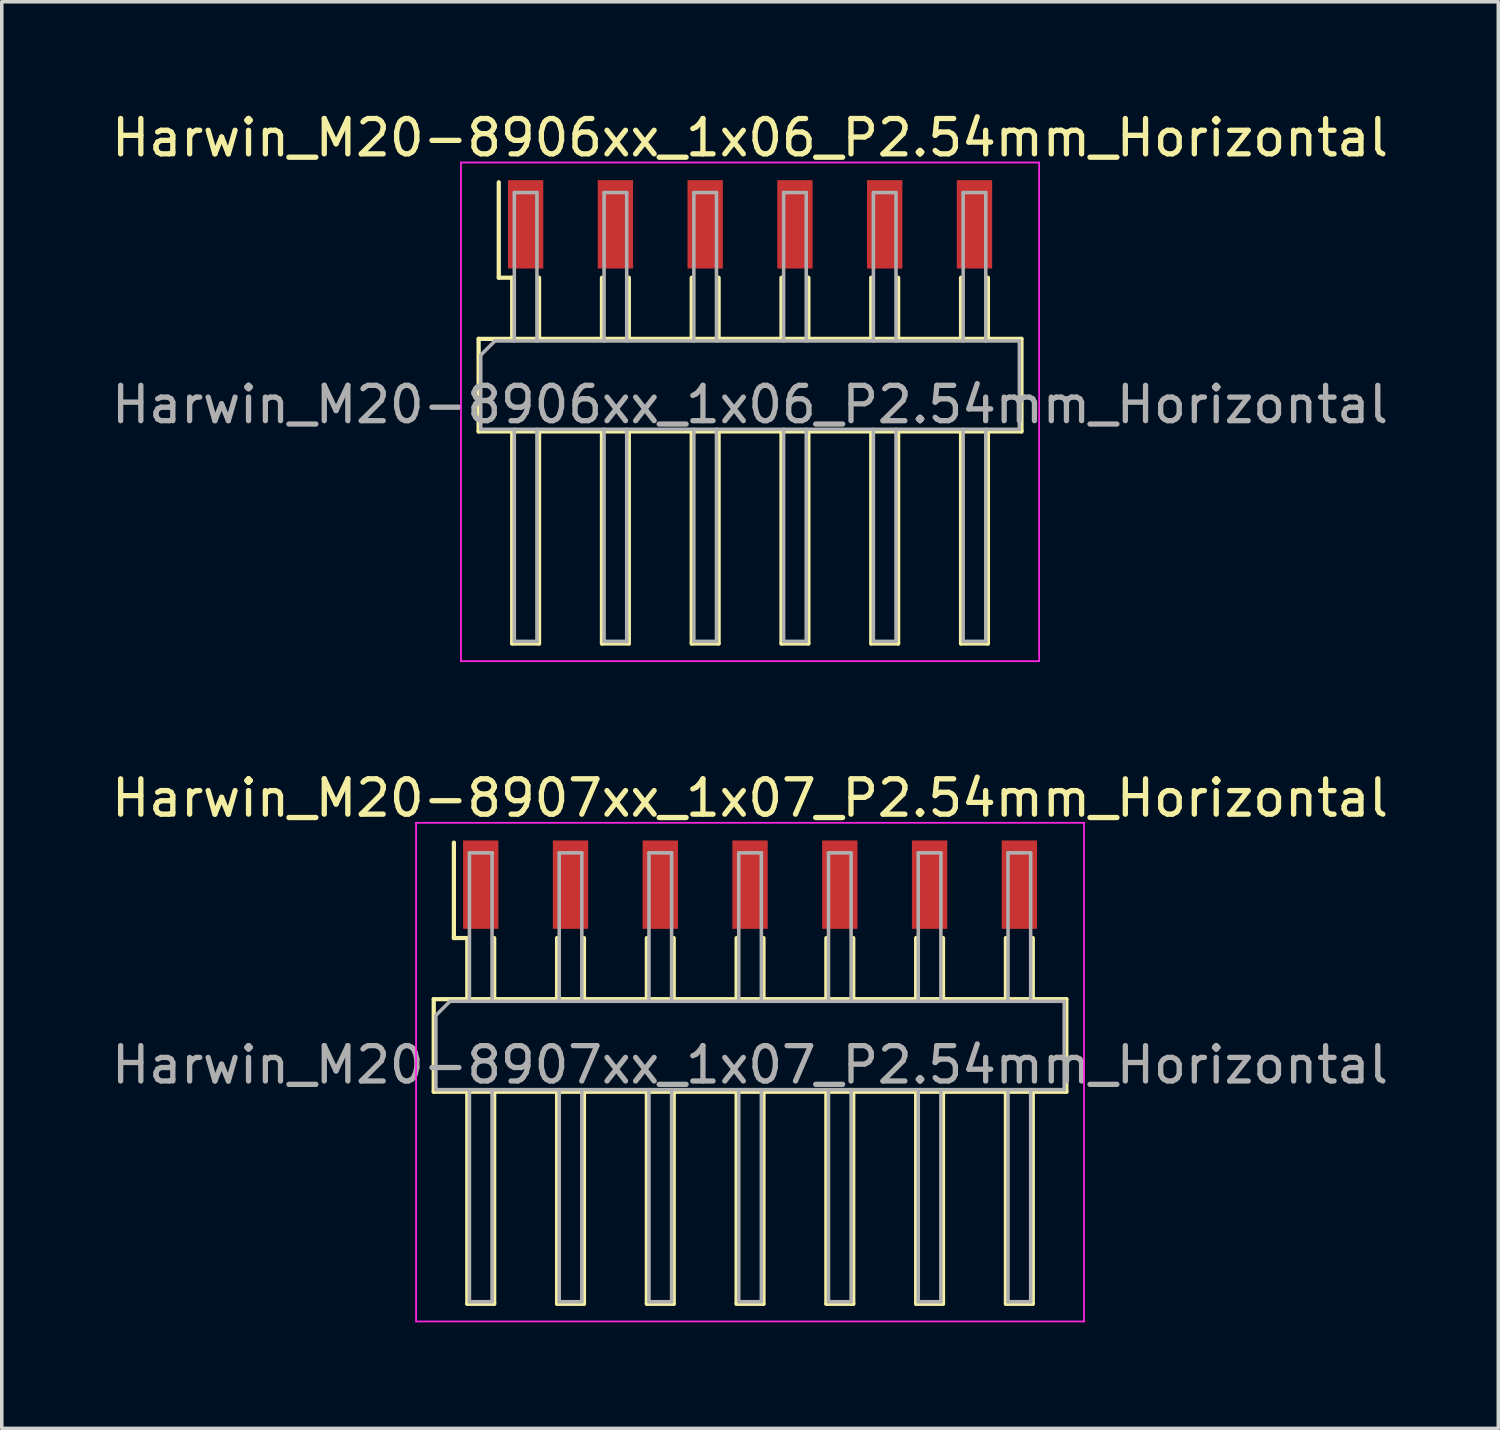
<source format=kicad_pcb>
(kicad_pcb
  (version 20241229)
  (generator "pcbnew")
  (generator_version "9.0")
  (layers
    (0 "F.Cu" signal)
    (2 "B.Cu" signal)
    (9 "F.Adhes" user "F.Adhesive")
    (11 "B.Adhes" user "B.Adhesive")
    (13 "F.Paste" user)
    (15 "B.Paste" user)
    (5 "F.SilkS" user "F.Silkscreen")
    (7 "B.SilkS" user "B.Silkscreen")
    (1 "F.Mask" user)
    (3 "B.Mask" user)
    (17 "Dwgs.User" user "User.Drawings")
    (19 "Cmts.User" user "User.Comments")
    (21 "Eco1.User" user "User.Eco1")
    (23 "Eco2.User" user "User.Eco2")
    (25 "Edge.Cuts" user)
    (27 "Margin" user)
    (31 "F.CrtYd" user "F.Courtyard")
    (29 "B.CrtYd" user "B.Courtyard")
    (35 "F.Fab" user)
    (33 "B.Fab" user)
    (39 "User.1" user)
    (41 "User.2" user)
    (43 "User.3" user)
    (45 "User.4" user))
  (footprint "Harwin_M20-8906xx_1x06_P2.54mm_Horizontal"
    (layer "F.Cu")
    (at 18.173 3.298)
    (property "Reference" "Harwin_M20-8906xx_1x06_P2.54mm_Horizontal" (at 0 -2.45 0) (layer "F.SilkS") (effects (font (size 1 1) (thickness 0.15))))
    (attr smd)
    (fp_line (start -7.68 3.24) (end -7.68 5.86) (stroke (width 0.12) (type solid)) (layer "F.SilkS"))
    (fp_line (start -7.68 5.86) (end 7.68 5.86) (stroke (width 0.12) (type solid)) (layer "F.SilkS"))
    (fp_line (start -7.11 1.51) (end -7.11 -1.19) (stroke (width 0.12) (type solid)) (layer "F.SilkS"))
    (fp_line (start -6.73 1.51) (end -7.11 1.51) (stroke (width 0.12) (type solid)) (layer "F.SilkS"))
    (fp_line (start -6.73 1.51) (end -6.73 3.24) (stroke (width 0.12) (type solid)) (layer "F.SilkS"))
    (fp_line (start -6.73 5.86) (end -6.73 11.86) (stroke (width 0.12) (type solid)) (layer "F.SilkS"))
    (fp_line (start -6.73 11.86) (end -5.97 11.86) (stroke (width 0.12) (type solid)) (layer "F.SilkS"))
    (fp_line (start -5.97 1.51) (end -5.97 3.24) (stroke (width 0.12) (type solid)) (layer "F.SilkS"))
    (fp_line (start -5.97 11.86) (end -5.97 5.86) (stroke (width 0.12) (type solid)) (layer "F.SilkS"))
    (fp_line (start -4.19 1.51) (end -4.19 3.24) (stroke (width 0.12) (type solid)) (layer "F.SilkS"))
    (fp_line (start -4.19 5.86) (end -4.19 11.86) (stroke (width 0.12) (type solid)) (layer "F.SilkS"))
    (fp_line (start -4.19 11.86) (end -3.43 11.86) (stroke (width 0.12) (type solid)) (layer "F.SilkS"))
    (fp_line (start -3.43 1.51) (end -3.43 3.24) (stroke (width 0.12) (type solid)) (layer "F.SilkS"))
    (fp_line (start -3.43 11.86) (end -3.43 5.86) (stroke (width 0.12) (type solid)) (layer "F.SilkS"))
    (fp_line (start -1.65 1.51) (end -1.65 3.24) (stroke (width 0.12) (type solid)) (layer "F.SilkS"))
    (fp_line (start -1.65 5.86) (end -1.65 11.86) (stroke (width 0.12) (type solid)) (layer "F.SilkS"))
    (fp_line (start -1.65 11.86) (end -0.89 11.86) (stroke (width 0.12) (type solid)) (layer "F.SilkS"))
    (fp_line (start -0.89 1.51) (end -0.89 3.24) (stroke (width 0.12) (type solid)) (layer "F.SilkS"))
    (fp_line (start -0.89 11.86) (end -0.89 5.86) (stroke (width 0.12) (type solid)) (layer "F.SilkS"))
    (fp_line (start 0.89 1.51) (end 0.89 3.24) (stroke (width 0.12) (type solid)) (layer "F.SilkS"))
    (fp_line (start 0.89 5.86) (end 0.89 11.86) (stroke (width 0.12) (type solid)) (layer "F.SilkS"))
    (fp_line (start 0.89 11.86) (end 1.65 11.86) (stroke (width 0.12) (type solid)) (layer "F.SilkS"))
    (fp_line (start 1.65 1.51) (end 1.65 3.24) (stroke (width 0.12) (type solid)) (layer "F.SilkS"))
    (fp_line (start 1.65 11.86) (end 1.65 5.86) (stroke (width 0.12) (type solid)) (layer "F.SilkS"))
    (fp_line (start 3.43 1.51) (end 3.43 3.24) (stroke (width 0.12) (type solid)) (layer "F.SilkS"))
    (fp_line (start 3.43 5.86) (end 3.43 11.86) (stroke (width 0.12) (type solid)) (layer "F.SilkS"))
    (fp_line (start 3.43 11.86) (end 4.19 11.86) (stroke (width 0.12) (type solid)) (layer "F.SilkS"))
    (fp_line (start 4.19 1.51) (end 4.19 3.24) (stroke (width 0.12) (type solid)) (layer "F.SilkS"))
    (fp_line (start 4.19 11.86) (end 4.19 5.86) (stroke (width 0.12) (type solid)) (layer "F.SilkS"))
    (fp_line (start 5.97 1.51) (end 5.97 3.24) (stroke (width 0.12) (type solid)) (layer "F.SilkS"))
    (fp_line (start 5.97 5.86) (end 5.97 11.86) (stroke (width 0.12) (type solid)) (layer "F.SilkS"))
    (fp_line (start 5.97 11.86) (end 6.73 11.86) (stroke (width 0.12) (type solid)) (layer "F.SilkS"))
    (fp_line (start 6.73 1.51) (end 6.73 3.24) (stroke (width 0.12) (type solid)) (layer "F.SilkS"))
    (fp_line (start 6.73 11.86) (end 6.73 5.86) (stroke (width 0.12) (type solid)) (layer "F.SilkS"))
    (fp_line (start 7.68 3.24) (end -7.68 3.24) (stroke (width 0.12) (type solid)) (layer "F.SilkS"))
    (fp_line (start 7.68 5.86) (end 7.68 3.24) (stroke (width 0.12) (type solid)) (layer "F.SilkS"))
    (fp_line (start -8.18 -1.75) (end 8.18 -1.75) (stroke (width 0.05) (type solid)) (layer "F.CrtYd"))
    (fp_line (start -8.18 12.36) (end -8.18 -1.75) (stroke (width 0.05) (type solid)) (layer "F.CrtYd"))
    (fp_line (start 8.18 -1.75) (end 8.18 12.36) (stroke (width 0.05) (type solid)) (layer "F.CrtYd"))
    (fp_line (start 8.18 12.36) (end -8.18 12.36) (stroke (width 0.05) (type solid)) (layer "F.CrtYd"))
    (fp_line (start -7.62 3.7) (end -7.62 5.8) (stroke (width 0.1) (type solid)) (layer "F.Fab"))
    (fp_line (start -7.62 5.8) (end 7.62 5.8) (stroke (width 0.1) (type solid)) (layer "F.Fab"))
    (fp_line (start -7.22 3.3) (end -7.62 3.7) (stroke (width 0.1) (type solid)) (layer "F.Fab"))
    (fp_line (start -6.67 -0.9) (end -6.03 -0.9) (stroke (width 0.1) (type solid)) (layer "F.Fab"))
    (fp_line (start -6.67 3.3) (end -6.67 -0.9) (stroke (width 0.1) (type solid)) (layer "F.Fab"))
    (fp_line (start -6.67 5.8) (end -6.67 11.8) (stroke (width 0.1) (type solid)) (layer "F.Fab"))
    (fp_line (start -6.67 11.8) (end -6.03 11.8) (stroke (width 0.1) (type solid)) (layer "F.Fab"))
    (fp_line (start -6.03 -0.9) (end -6.03 3.3) (stroke (width 0.1) (type solid)) (layer "F.Fab"))
    (fp_line (start -6.03 11.8) (end -6.03 5.8) (stroke (width 0.1) (type solid)) (layer "F.Fab"))
    (fp_line (start -4.13 -0.9) (end -3.49 -0.9) (stroke (width 0.1) (type solid)) (layer "F.Fab"))
    (fp_line (start -4.13 3.3) (end -4.13 -0.9) (stroke (width 0.1) (type solid)) (layer "F.Fab"))
    (fp_line (start -4.13 5.8) (end -4.13 11.8) (stroke (width 0.1) (type solid)) (layer "F.Fab"))
    (fp_line (start -4.13 11.8) (end -3.49 11.8) (stroke (width 0.1) (type solid)) (layer "F.Fab"))
    (fp_line (start -3.49 -0.9) (end -3.49 3.3) (stroke (width 0.1) (type solid)) (layer "F.Fab"))
    (fp_line (start -3.49 11.8) (end -3.49 5.8) (stroke (width 0.1) (type solid)) (layer "F.Fab"))
    (fp_line (start -1.59 -0.9) (end -0.95 -0.9) (stroke (width 0.1) (type solid)) (layer "F.Fab"))
    (fp_line (start -1.59 3.3) (end -1.59 -0.9) (stroke (width 0.1) (type solid)) (layer "F.Fab"))
    (fp_line (start -1.59 5.8) (end -1.59 11.8) (stroke (width 0.1) (type solid)) (layer "F.Fab"))
    (fp_line (start -1.59 11.8) (end -0.95 11.8) (stroke (width 0.1) (type solid)) (layer "F.Fab"))
    (fp_line (start -0.95 -0.9) (end -0.95 3.3) (stroke (width 0.1) (type solid)) (layer "F.Fab"))
    (fp_line (start -0.95 11.8) (end -0.95 5.8) (stroke (width 0.1) (type solid)) (layer "F.Fab"))
    (fp_line (start 0.95 -0.9) (end 1.59 -0.9) (stroke (width 0.1) (type solid)) (layer "F.Fab"))
    (fp_line (start 0.95 3.3) (end 0.95 -0.9) (stroke (width 0.1) (type solid)) (layer "F.Fab"))
    (fp_line (start 0.95 5.8) (end 0.95 11.8) (stroke (width 0.1) (type solid)) (layer "F.Fab"))
    (fp_line (start 0.95 11.8) (end 1.59 11.8) (stroke (width 0.1) (type solid)) (layer "F.Fab"))
    (fp_line (start 1.59 -0.9) (end 1.59 3.3) (stroke (width 0.1) (type solid)) (layer "F.Fab"))
    (fp_line (start 1.59 11.8) (end 1.59 5.8) (stroke (width 0.1) (type solid)) (layer "F.Fab"))
    (fp_line (start 3.49 -0.9) (end 4.13 -0.9) (stroke (width 0.1) (type solid)) (layer "F.Fab"))
    (fp_line (start 3.49 3.3) (end 3.49 -0.9) (stroke (width 0.1) (type solid)) (layer "F.Fab"))
    (fp_line (start 3.49 5.8) (end 3.49 11.8) (stroke (width 0.1) (type solid)) (layer "F.Fab"))
    (fp_line (start 3.49 11.8) (end 4.13 11.8) (stroke (width 0.1) (type solid)) (layer "F.Fab"))
    (fp_line (start 4.13 -0.9) (end 4.13 3.3) (stroke (width 0.1) (type solid)) (layer "F.Fab"))
    (fp_line (start 4.13 11.8) (end 4.13 5.8) (stroke (width 0.1) (type solid)) (layer "F.Fab"))
    (fp_line (start 6.03 -0.9) (end 6.67 -0.9) (stroke (width 0.1) (type solid)) (layer "F.Fab"))
    (fp_line (start 6.03 3.3) (end 6.03 -0.9) (stroke (width 0.1) (type solid)) (layer "F.Fab"))
    (fp_line (start 6.03 5.8) (end 6.03 11.8) (stroke (width 0.1) (type solid)) (layer "F.Fab"))
    (fp_line (start 6.03 11.8) (end 6.67 11.8) (stroke (width 0.1) (type solid)) (layer "F.Fab"))
    (fp_line (start 6.67 -0.9) (end 6.67 3.3) (stroke (width 0.1) (type solid)) (layer "F.Fab"))
    (fp_line (start 6.67 11.8) (end 6.67 5.8) (stroke (width 0.1) (type solid)) (layer "F.Fab"))
    (fp_line (start 7.62 3.3) (end -7.22 3.3) (stroke (width 0.1) (type solid)) (layer "F.Fab"))
    (fp_line (start 7.62 5.8) (end 7.62 3.3) (stroke (width 0.1) (type solid)) (layer "F.Fab"))
    (fp_text user "${REFERENCE}" (at 0 5.1 0) (layer "F.Fab") (effects (font (size 1 1) (thickness 0.15))))
    (pad "1" smd rect (at -6.35 0) (size 1 2.5) (layers "F.Cu" "F.Mask" "F.Paste"))
    (pad "2" smd rect (at -3.81 0) (size 1 2.5) (layers "F.Cu" "F.Mask" "F.Paste"))
    (pad "3" smd rect (at -1.27 0) (size 1 2.5) (layers "F.Cu" "F.Mask" "F.Paste"))
    (pad "4" smd rect (at 1.27 0) (size 1 2.5) (layers "F.Cu" "F.Mask" "F.Paste"))
    (pad "5" smd rect (at 3.81 0) (size 1 2.5) (layers "F.Cu" "F.Mask" "F.Paste"))
    (pad "6" smd rect (at 6.35 0) (size 1 2.5) (layers "F.Cu" "F.Mask" "F.Paste")))
  (footprint "Harwin_M20-8907xx_1x07_P2.54mm_Horizontal"
    (layer "F.Cu")
    (at 10.553 21.982)
    (property "Reference" "Harwin_M20-8907xx_1x07_P2.54mm_Horizontal" (at 7.62 -2.45 0) (layer "F.SilkS") (effects (font (size 1 1) (thickness 0.15))))
    (attr smd)
    (fp_line (start -1.33 3.24) (end -1.33 5.86) (stroke (width 0.12) (type solid)) (layer "F.SilkS"))
    (fp_line (start -1.33 5.86) (end 16.57 5.86) (stroke (width 0.12) (type solid)) (layer "F.SilkS"))
    (fp_line (start -0.76 1.51) (end -0.76 -1.19) (stroke (width 0.12) (type solid)) (layer "F.SilkS"))
    (fp_line (start -0.38 1.51) (end -0.76 1.51) (stroke (width 0.12) (type solid)) (layer "F.SilkS"))
    (fp_line (start -0.38 1.51) (end -0.38 3.24) (stroke (width 0.12) (type solid)) (layer "F.SilkS"))
    (fp_line (start -0.38 5.86) (end -0.38 11.86) (stroke (width 0.12) (type solid)) (layer "F.SilkS"))
    (fp_line (start -0.38 11.86) (end 0.38 11.86) (stroke (width 0.12) (type solid)) (layer "F.SilkS"))
    (fp_line (start 0.38 1.51) (end 0.38 3.24) (stroke (width 0.12) (type solid)) (layer "F.SilkS"))
    (fp_line (start 0.38 11.86) (end 0.38 5.86) (stroke (width 0.12) (type solid)) (layer "F.SilkS"))
    (fp_line (start 2.16 1.51) (end 2.16 3.24) (stroke (width 0.12) (type solid)) (layer "F.SilkS"))
    (fp_line (start 2.16 5.86) (end 2.16 11.86) (stroke (width 0.12) (type solid)) (layer "F.SilkS"))
    (fp_line (start 2.16 11.86) (end 2.92 11.86) (stroke (width 0.12) (type solid)) (layer "F.SilkS"))
    (fp_line (start 2.92 1.51) (end 2.92 3.24) (stroke (width 0.12) (type solid)) (layer "F.SilkS"))
    (fp_line (start 2.92 11.86) (end 2.92 5.86) (stroke (width 0.12) (type solid)) (layer "F.SilkS"))
    (fp_line (start 4.7 1.51) (end 4.7 3.24) (stroke (width 0.12) (type solid)) (layer "F.SilkS"))
    (fp_line (start 4.7 5.86) (end 4.7 11.86) (stroke (width 0.12) (type solid)) (layer "F.SilkS"))
    (fp_line (start 4.7 11.86) (end 5.46 11.86) (stroke (width 0.12) (type solid)) (layer "F.SilkS"))
    (fp_line (start 5.46 1.51) (end 5.46 3.24) (stroke (width 0.12) (type solid)) (layer "F.SilkS"))
    (fp_line (start 5.46 11.86) (end 5.46 5.86) (stroke (width 0.12) (type solid)) (layer "F.SilkS"))
    (fp_line (start 7.24 1.51) (end 7.24 3.24) (stroke (width 0.12) (type solid)) (layer "F.SilkS"))
    (fp_line (start 7.24 5.86) (end 7.24 11.86) (stroke (width 0.12) (type solid)) (layer "F.SilkS"))
    (fp_line (start 7.24 11.86) (end 8 11.86) (stroke (width 0.12) (type solid)) (layer "F.SilkS"))
    (fp_line (start 8 1.51) (end 8 3.24) (stroke (width 0.12) (type solid)) (layer "F.SilkS"))
    (fp_line (start 8 11.86) (end 8 5.86) (stroke (width 0.12) (type solid)) (layer "F.SilkS"))
    (fp_line (start 9.78 1.51) (end 9.78 3.24) (stroke (width 0.12) (type solid)) (layer "F.SilkS"))
    (fp_line (start 9.78 5.86) (end 9.78 11.86) (stroke (width 0.12) (type solid)) (layer "F.SilkS"))
    (fp_line (start 9.78 11.86) (end 10.54 11.86) (stroke (width 0.12) (type solid)) (layer "F.SilkS"))
    (fp_line (start 10.54 1.51) (end 10.54 3.24) (stroke (width 0.12) (type solid)) (layer "F.SilkS"))
    (fp_line (start 10.54 11.86) (end 10.54 5.86) (stroke (width 0.12) (type solid)) (layer "F.SilkS"))
    (fp_line (start 12.32 1.51) (end 12.32 3.24) (stroke (width 0.12) (type solid)) (layer "F.SilkS"))
    (fp_line (start 12.32 5.86) (end 12.32 11.86) (stroke (width 0.12) (type solid)) (layer "F.SilkS"))
    (fp_line (start 12.32 11.86) (end 13.08 11.86) (stroke (width 0.12) (type solid)) (layer "F.SilkS"))
    (fp_line (start 13.08 1.51) (end 13.08 3.24) (stroke (width 0.12) (type solid)) (layer "F.SilkS"))
    (fp_line (start 13.08 11.86) (end 13.08 5.86) (stroke (width 0.12) (type solid)) (layer "F.SilkS"))
    (fp_line (start 14.86 1.51) (end 14.86 3.24) (stroke (width 0.12) (type solid)) (layer "F.SilkS"))
    (fp_line (start 14.86 5.86) (end 14.86 11.86) (stroke (width 0.12) (type solid)) (layer "F.SilkS"))
    (fp_line (start 14.86 11.86) (end 15.62 11.86) (stroke (width 0.12) (type solid)) (layer "F.SilkS"))
    (fp_line (start 15.62 1.51) (end 15.62 3.24) (stroke (width 0.12) (type solid)) (layer "F.SilkS"))
    (fp_line (start 15.62 11.86) (end 15.62 5.86) (stroke (width 0.12) (type solid)) (layer "F.SilkS"))
    (fp_line (start 16.57 3.24) (end -1.33 3.24) (stroke (width 0.12) (type solid)) (layer "F.SilkS"))
    (fp_line (start 16.57 5.86) (end 16.57 3.24) (stroke (width 0.12) (type solid)) (layer "F.SilkS"))
    (fp_line (start -1.83 -1.75) (end 17.07 -1.75) (stroke (width 0.05) (type solid)) (layer "F.CrtYd"))
    (fp_line (start -1.83 12.36) (end -1.83 -1.75) (stroke (width 0.05) (type solid)) (layer "F.CrtYd"))
    (fp_line (start 17.07 -1.75) (end 17.07 12.36) (stroke (width 0.05) (type solid)) (layer "F.CrtYd"))
    (fp_line (start 17.07 12.36) (end -1.83 12.36) (stroke (width 0.05) (type solid)) (layer "F.CrtYd"))
    (fp_line (start -1.27 3.7) (end -1.27 5.8) (stroke (width 0.1) (type solid)) (layer "F.Fab"))
    (fp_line (start -1.27 5.8) (end 16.51 5.8) (stroke (width 0.1) (type solid)) (layer "F.Fab"))
    (fp_line (start -0.87 3.3) (end -1.27 3.7) (stroke (width 0.1) (type solid)) (layer "F.Fab"))
    (fp_line (start -0.32 -0.9) (end 0.32 -0.9) (stroke (width 0.1) (type solid)) (layer "F.Fab"))
    (fp_line (start -0.32 3.3) (end -0.32 -0.9) (stroke (width 0.1) (type solid)) (layer "F.Fab"))
    (fp_line (start -0.32 5.8) (end -0.32 11.8) (stroke (width 0.1) (type solid)) (layer "F.Fab"))
    (fp_line (start -0.32 11.8) (end 0.32 11.8) (stroke (width 0.1) (type solid)) (layer "F.Fab"))
    (fp_line (start 0.32 -0.9) (end 0.32 3.3) (stroke (width 0.1) (type solid)) (layer "F.Fab"))
    (fp_line (start 0.32 11.8) (end 0.32 5.8) (stroke (width 0.1) (type solid)) (layer "F.Fab"))
    (fp_line (start 2.22 -0.9) (end 2.86 -0.9) (stroke (width 0.1) (type solid)) (layer "F.Fab"))
    (fp_line (start 2.22 3.3) (end 2.22 -0.9) (stroke (width 0.1) (type solid)) (layer "F.Fab"))
    (fp_line (start 2.22 5.8) (end 2.22 11.8) (stroke (width 0.1) (type solid)) (layer "F.Fab"))
    (fp_line (start 2.22 11.8) (end 2.86 11.8) (stroke (width 0.1) (type solid)) (layer "F.Fab"))
    (fp_line (start 2.86 -0.9) (end 2.86 3.3) (stroke (width 0.1) (type solid)) (layer "F.Fab"))
    (fp_line (start 2.86 11.8) (end 2.86 5.8) (stroke (width 0.1) (type solid)) (layer "F.Fab"))
    (fp_line (start 4.76 -0.9) (end 5.4 -0.9) (stroke (width 0.1) (type solid)) (layer "F.Fab"))
    (fp_line (start 4.76 3.3) (end 4.76 -0.9) (stroke (width 0.1) (type solid)) (layer "F.Fab"))
    (fp_line (start 4.76 5.8) (end 4.76 11.8) (stroke (width 0.1) (type solid)) (layer "F.Fab"))
    (fp_line (start 4.76 11.8) (end 5.4 11.8) (stroke (width 0.1) (type solid)) (layer "F.Fab"))
    (fp_line (start 5.4 -0.9) (end 5.4 3.3) (stroke (width 0.1) (type solid)) (layer "F.Fab"))
    (fp_line (start 5.4 11.8) (end 5.4 5.8) (stroke (width 0.1) (type solid)) (layer "F.Fab"))
    (fp_line (start 7.3 -0.9) (end 7.94 -0.9) (stroke (width 0.1) (type solid)) (layer "F.Fab"))
    (fp_line (start 7.3 3.3) (end 7.3 -0.9) (stroke (width 0.1) (type solid)) (layer "F.Fab"))
    (fp_line (start 7.3 5.8) (end 7.3 11.8) (stroke (width 0.1) (type solid)) (layer "F.Fab"))
    (fp_line (start 7.3 11.8) (end 7.94 11.8) (stroke (width 0.1) (type solid)) (layer "F.Fab"))
    (fp_line (start 7.94 -0.9) (end 7.94 3.3) (stroke (width 0.1) (type solid)) (layer "F.Fab"))
    (fp_line (start 7.94 11.8) (end 7.94 5.8) (stroke (width 0.1) (type solid)) (layer "F.Fab"))
    (fp_line (start 9.84 -0.9) (end 10.48 -0.9) (stroke (width 0.1) (type solid)) (layer "F.Fab"))
    (fp_line (start 9.84 3.3) (end 9.84 -0.9) (stroke (width 0.1) (type solid)) (layer "F.Fab"))
    (fp_line (start 9.84 5.8) (end 9.84 11.8) (stroke (width 0.1) (type solid)) (layer "F.Fab"))
    (fp_line (start 9.84 11.8) (end 10.48 11.8) (stroke (width 0.1) (type solid)) (layer "F.Fab"))
    (fp_line (start 10.48 -0.9) (end 10.48 3.3) (stroke (width 0.1) (type solid)) (layer "F.Fab"))
    (fp_line (start 10.48 11.8) (end 10.48 5.8) (stroke (width 0.1) (type solid)) (layer "F.Fab"))
    (fp_line (start 12.38 -0.9) (end 13.02 -0.9) (stroke (width 0.1) (type solid)) (layer "F.Fab"))
    (fp_line (start 12.38 3.3) (end 12.38 -0.9) (stroke (width 0.1) (type solid)) (layer "F.Fab"))
    (fp_line (start 12.38 5.8) (end 12.38 11.8) (stroke (width 0.1) (type solid)) (layer "F.Fab"))
    (fp_line (start 12.38 11.8) (end 13.02 11.8) (stroke (width 0.1) (type solid)) (layer "F.Fab"))
    (fp_line (start 13.02 -0.9) (end 13.02 3.3) (stroke (width 0.1) (type solid)) (layer "F.Fab"))
    (fp_line (start 13.02 11.8) (end 13.02 5.8) (stroke (width 0.1) (type solid)) (layer "F.Fab"))
    (fp_line (start 14.92 -0.9) (end 15.56 -0.9) (stroke (width 0.1) (type solid)) (layer "F.Fab"))
    (fp_line (start 14.92 3.3) (end 14.92 -0.9) (stroke (width 0.1) (type solid)) (layer "F.Fab"))
    (fp_line (start 14.92 5.8) (end 14.92 11.8) (stroke (width 0.1) (type solid)) (layer "F.Fab"))
    (fp_line (start 14.92 11.8) (end 15.56 11.8) (stroke (width 0.1) (type solid)) (layer "F.Fab"))
    (fp_line (start 15.56 -0.9) (end 15.56 3.3) (stroke (width 0.1) (type solid)) (layer "F.Fab"))
    (fp_line (start 15.56 11.8) (end 15.56 5.8) (stroke (width 0.1) (type solid)) (layer "F.Fab"))
    (fp_line (start 16.51 3.3) (end -0.87 3.3) (stroke (width 0.1) (type solid)) (layer "F.Fab"))
    (fp_line (start 16.51 5.8) (end 16.51 3.3) (stroke (width 0.1) (type solid)) (layer "F.Fab"))
    (fp_text user "${REFERENCE}" (at 7.62 5.1 0) (layer "F.Fab") (effects (font (size 1 1) (thickness 0.15))))
    (pad "1" smd rect (at 0 0) (size 1 2.5) (layers "F.Cu" "F.Mask" "F.Paste"))
    (pad "2" smd rect (at 2.54 0) (size 1 2.5) (layers "F.Cu" "F.Mask" "F.Paste"))
    (pad "3" smd rect (at 5.08 0) (size 1 2.5) (layers "F.Cu" "F.Mask" "F.Paste"))
    (pad "4" smd rect (at 7.62 0) (size 1 2.5) (layers "F.Cu" "F.Mask" "F.Paste"))
    (pad "5" smd rect (at 10.16 0) (size 1 2.5) (layers "F.Cu" "F.Mask" "F.Paste"))
    (pad "6" smd rect (at 12.7 0) (size 1 2.5) (layers "F.Cu" "F.Mask" "F.Paste"))
    (pad "7" smd rect (at 15.24 0) (size 1 2.5) (layers "F.Cu" "F.Mask" "F.Paste")))
  (gr_rect
    (start -3 -3)
    (end 39.345 37.367)
    (stroke (width 0.1) (type default))
    (fill no)
    (layer "Edge.Cuts")))
</source>
